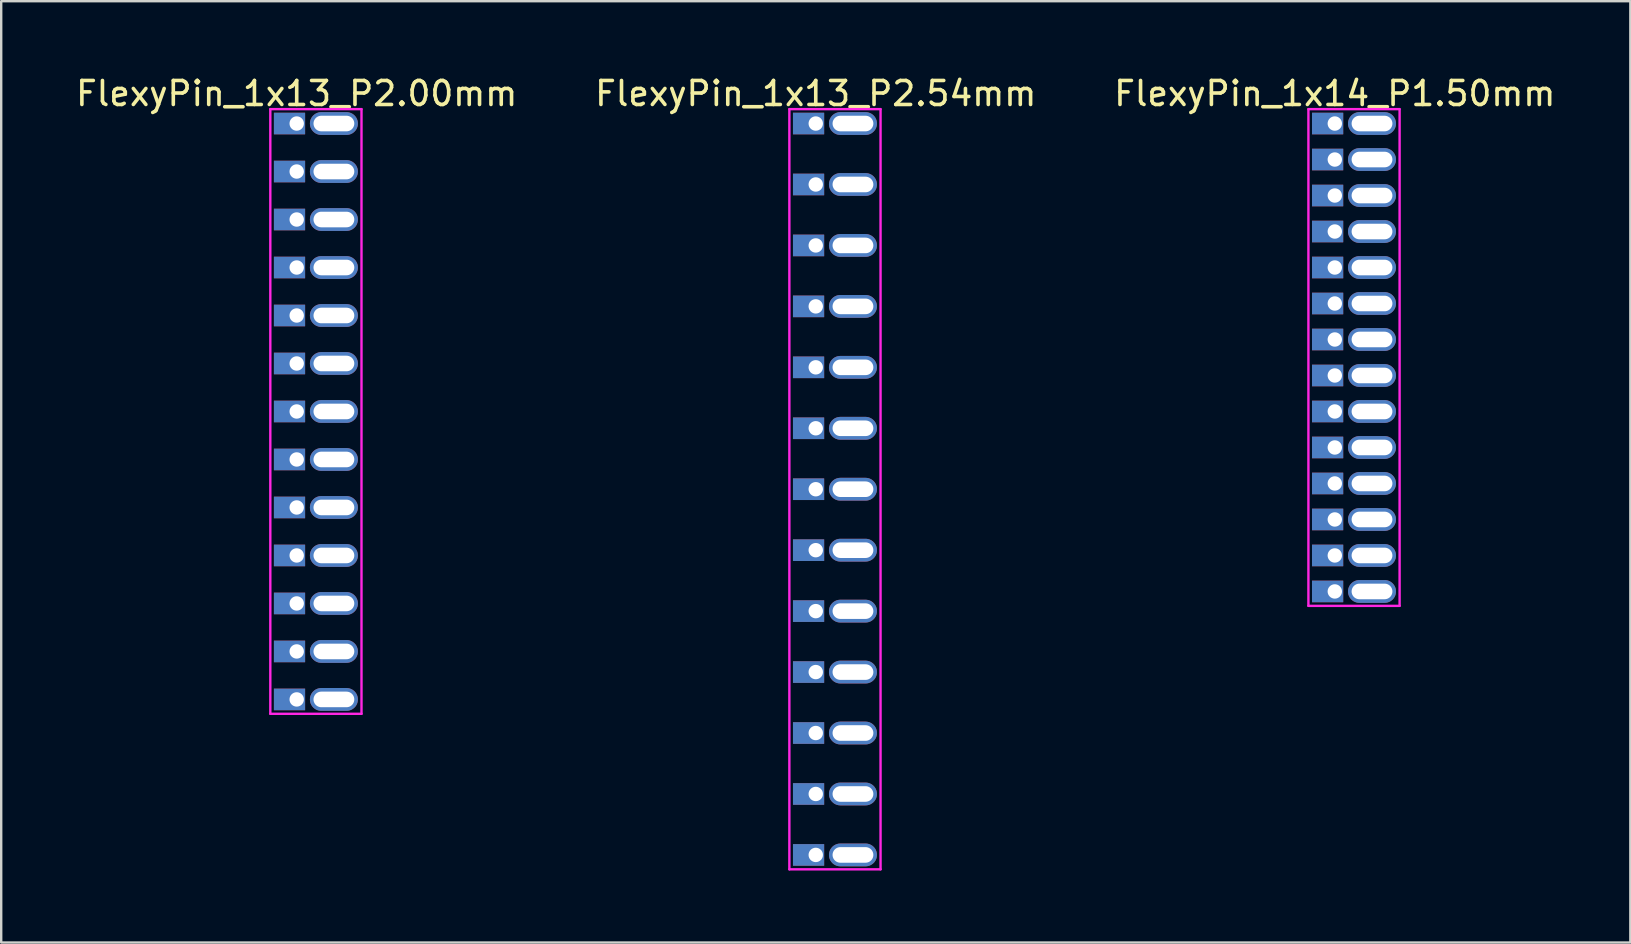
<source format=kicad_pcb>
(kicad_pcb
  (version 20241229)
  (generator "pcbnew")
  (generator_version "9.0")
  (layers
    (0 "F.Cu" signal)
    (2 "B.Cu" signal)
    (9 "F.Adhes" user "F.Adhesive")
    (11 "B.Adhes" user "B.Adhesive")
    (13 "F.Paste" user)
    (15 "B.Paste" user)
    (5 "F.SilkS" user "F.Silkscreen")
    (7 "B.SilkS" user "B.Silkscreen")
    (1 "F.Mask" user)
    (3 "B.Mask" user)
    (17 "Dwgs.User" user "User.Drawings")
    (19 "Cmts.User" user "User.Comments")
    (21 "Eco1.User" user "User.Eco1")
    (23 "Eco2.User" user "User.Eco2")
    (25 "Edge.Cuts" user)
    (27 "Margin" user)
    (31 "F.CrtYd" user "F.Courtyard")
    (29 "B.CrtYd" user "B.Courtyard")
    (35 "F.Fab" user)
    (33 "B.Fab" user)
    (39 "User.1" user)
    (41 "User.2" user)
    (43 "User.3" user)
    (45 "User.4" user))
  (footprint "FlexyPin_1x13_P2.54mm"
    (layer "F.Cu")
    (at 30.946 2.098)
    (property "Reference" "FlexyPin_1x13_P2.54mm" (at 0 -1.25 0) (layer "F.SilkS") (effects (font (size 1 1) (thickness 0.15))))
    (attr through_hole)
    (fp_line (start -1.1 -0.6) (end 2.7 -0.6) (stroke (width 0.1) (type solid)) (layer "F.CrtYd"))
    (fp_line (start -1.1 31.08) (end -1.1 -0.6) (stroke (width 0.1) (type solid)) (layer "F.CrtYd"))
    (fp_line (start 2.7 -0.6) (end 2.7 31.08) (stroke (width 0.1) (type solid)) (layer "F.CrtYd"))
    (fp_line (start 2.7 31.08) (end -1.1 31.08) (stroke (width 0.1) (type solid)) (layer "F.CrtYd"))
    (pad "" thru_hole oval (at 1.55 0) (size 2 0.95) (drill oval 1.7 0.65) (layers "*.Cu" "*.Mask"))
    (pad "" thru_hole oval (at 1.55 2.54) (size 2 0.95) (drill oval 1.7 0.65) (layers "*.Cu" "*.Mask"))
    (pad "" thru_hole oval (at 1.55 5.08) (size 2 0.95) (drill oval 1.7 0.65) (layers "*.Cu" "*.Mask"))
    (pad "" thru_hole oval (at 1.55 7.62) (size 2 0.95) (drill oval 1.7 0.65) (layers "*.Cu" "*.Mask"))
    (pad "" thru_hole oval (at 1.55 10.16) (size 2 0.95) (drill oval 1.7 0.65) (layers "*.Cu" "*.Mask"))
    (pad "" thru_hole oval (at 1.55 12.7) (size 2 0.95) (drill oval 1.7 0.65) (layers "*.Cu" "*.Mask"))
    (pad "" thru_hole oval (at 1.55 15.24) (size 2 0.95) (drill oval 1.7 0.65) (layers "*.Cu" "*.Mask"))
    (pad "" thru_hole oval (at 1.55 17.78) (size 2 0.95) (drill oval 1.7 0.65) (layers "*.Cu" "*.Mask"))
    (pad "" thru_hole oval (at 1.55 20.32) (size 2 0.95) (drill oval 1.7 0.65) (layers "*.Cu" "*.Mask"))
    (pad "" thru_hole oval (at 1.55 22.86) (size 2 0.95) (drill oval 1.7 0.65) (layers "*.Cu" "*.Mask"))
    (pad "" thru_hole oval (at 1.55 25.4) (size 2 0.95) (drill oval 1.7 0.65) (layers "*.Cu" "*.Mask"))
    (pad "" thru_hole oval (at 1.55 27.94) (size 2 0.95) (drill oval 1.7 0.65) (layers "*.Cu" "*.Mask"))
    (pad "" thru_hole oval (at 1.55 30.48) (size 2 0.95) (drill oval 1.7 0.65) (layers "*.Cu" "*.Mask"))
    (pad "1" thru_hole rect (at 0 0) (size 1.3 0.9) (drill 0.6 (offset -0.3 0)) (layers "*.Cu" "*.Mask"))
    (pad "2" thru_hole rect (at 0 2.54) (size 1.3 0.9) (drill 0.6 (offset -0.3 0)) (layers "*.Cu" "*.Mask"))
    (pad "3" thru_hole rect (at 0 5.08) (size 1.3 0.9) (drill 0.6 (offset -0.3 0)) (layers "*.Cu" "*.Mask"))
    (pad "4" thru_hole rect (at 0 7.62) (size 1.3 0.9) (drill 0.6 (offset -0.3 0)) (layers "*.Cu" "*.Mask"))
    (pad "5" thru_hole rect (at 0 10.16) (size 1.3 0.9) (drill 0.6 (offset -0.3 0)) (layers "*.Cu" "*.Mask"))
    (pad "6" thru_hole rect (at 0 12.7) (size 1.3 0.9) (drill 0.6 (offset -0.3 0)) (layers "*.Cu" "*.Mask"))
    (pad "7" thru_hole rect (at 0 15.24) (size 1.3 0.9) (drill 0.6 (offset -0.3 0)) (layers "*.Cu" "*.Mask"))
    (pad "8" thru_hole rect (at 0 17.78) (size 1.3 0.9) (drill 0.6 (offset -0.3 0)) (layers "*.Cu" "*.Mask"))
    (pad "9" thru_hole rect (at 0 20.32) (size 1.3 0.9) (drill 0.6 (offset -0.3 0)) (layers "*.Cu" "*.Mask"))
    (pad "10" thru_hole rect (at 0 22.86) (size 1.3 0.9) (drill 0.6 (offset -0.3 0)) (layers "*.Cu" "*.Mask"))
    (pad "11" thru_hole rect (at 0 25.4) (size 1.3 0.9) (drill 0.6 (offset -0.3 0)) (layers "*.Cu" "*.Mask"))
    (pad "12" thru_hole rect (at 0 27.94) (size 1.3 0.9) (drill 0.6 (offset -0.3 0)) (layers "*.Cu" "*.Mask"))
    (pad "13" thru_hole rect (at 0 30.48) (size 1.3 0.9) (drill 0.6 (offset -0.3 0)) (layers "*.Cu" "*.Mask")))
  (footprint "FlexyPin_1x13_P2.00mm"
    (layer "F.Cu")
    (at 9.315 2.098)
    (property "Reference" "FlexyPin_1x13_P2.00mm" (at 0 -1.25 0) (layer "F.SilkS") (effects (font (size 1 1) (thickness 0.15))))
    (attr through_hole)
    (fp_line (start -1.1 -0.6) (end 2.7 -0.6) (stroke (width 0.1) (type solid)) (layer "F.CrtYd"))
    (fp_line (start -1.1 24.6) (end -1.1 -0.6) (stroke (width 0.1) (type solid)) (layer "F.CrtYd"))
    (fp_line (start 2.7 -0.6) (end 2.7 24.6) (stroke (width 0.1) (type solid)) (layer "F.CrtYd"))
    (fp_line (start 2.7 24.6) (end -1.1 24.6) (stroke (width 0.1) (type solid)) (layer "F.CrtYd"))
    (pad "" thru_hole oval (at 1.55 0) (size 2 0.95) (drill oval 1.7 0.65) (layers "*.Cu" "*.Mask"))
    (pad "" thru_hole oval (at 1.55 2) (size 2 0.95) (drill oval 1.7 0.65) (layers "*.Cu" "*.Mask"))
    (pad "" thru_hole oval (at 1.55 4) (size 2 0.95) (drill oval 1.7 0.65) (layers "*.Cu" "*.Mask"))
    (pad "" thru_hole oval (at 1.55 6) (size 2 0.95) (drill oval 1.7 0.65) (layers "*.Cu" "*.Mask"))
    (pad "" thru_hole oval (at 1.55 8) (size 2 0.95) (drill oval 1.7 0.65) (layers "*.Cu" "*.Mask"))
    (pad "" thru_hole oval (at 1.55 10) (size 2 0.95) (drill oval 1.7 0.65) (layers "*.Cu" "*.Mask"))
    (pad "" thru_hole oval (at 1.55 12) (size 2 0.95) (drill oval 1.7 0.65) (layers "*.Cu" "*.Mask"))
    (pad "" thru_hole oval (at 1.55 14) (size 2 0.95) (drill oval 1.7 0.65) (layers "*.Cu" "*.Mask"))
    (pad "" thru_hole oval (at 1.55 16) (size 2 0.95) (drill oval 1.7 0.65) (layers "*.Cu" "*.Mask"))
    (pad "" thru_hole oval (at 1.55 18) (size 2 0.95) (drill oval 1.7 0.65) (layers "*.Cu" "*.Mask"))
    (pad "" thru_hole oval (at 1.55 20) (size 2 0.95) (drill oval 1.7 0.65) (layers "*.Cu" "*.Mask"))
    (pad "" thru_hole oval (at 1.55 22) (size 2 0.95) (drill oval 1.7 0.65) (layers "*.Cu" "*.Mask"))
    (pad "" thru_hole oval (at 1.55 24) (size 2 0.95) (drill oval 1.7 0.65) (layers "*.Cu" "*.Mask"))
    (pad "1" thru_hole rect (at 0 0) (size 1.3 0.9) (drill 0.6 (offset -0.3 0)) (layers "*.Cu" "*.Mask"))
    (pad "2" thru_hole rect (at 0 2) (size 1.3 0.9) (drill 0.6 (offset -0.3 0)) (layers "*.Cu" "*.Mask"))
    (pad "3" thru_hole rect (at 0 4) (size 1.3 0.9) (drill 0.6 (offset -0.3 0)) (layers "*.Cu" "*.Mask"))
    (pad "4" thru_hole rect (at 0 6) (size 1.3 0.9) (drill 0.6 (offset -0.3 0)) (layers "*.Cu" "*.Mask"))
    (pad "5" thru_hole rect (at 0 8) (size 1.3 0.9) (drill 0.6 (offset -0.3 0)) (layers "*.Cu" "*.Mask"))
    (pad "6" thru_hole rect (at 0 10) (size 1.3 0.9) (drill 0.6 (offset -0.3 0)) (layers "*.Cu" "*.Mask"))
    (pad "7" thru_hole rect (at 0 12) (size 1.3 0.9) (drill 0.6 (offset -0.3 0)) (layers "*.Cu" "*.Mask"))
    (pad "8" thru_hole rect (at 0 14) (size 1.3 0.9) (drill 0.6 (offset -0.3 0)) (layers "*.Cu" "*.Mask"))
    (pad "9" thru_hole rect (at 0 16) (size 1.3 0.9) (drill 0.6 (offset -0.3 0)) (layers "*.Cu" "*.Mask"))
    (pad "10" thru_hole rect (at 0 18) (size 1.3 0.9) (drill 0.6 (offset -0.3 0)) (layers "*.Cu" "*.Mask"))
    (pad "11" thru_hole rect (at 0 20) (size 1.3 0.9) (drill 0.6 (offset -0.3 0)) (layers "*.Cu" "*.Mask"))
    (pad "12" thru_hole rect (at 0 22) (size 1.3 0.9) (drill 0.6 (offset -0.3 0)) (layers "*.Cu" "*.Mask"))
    (pad "13" thru_hole rect (at 0 24) (size 1.3 0.9) (drill 0.6 (offset -0.3 0)) (layers "*.Cu" "*.Mask")))
  (footprint "FlexyPin_1x14_P1.50mm"
    (layer "F.Cu")
    (at 52.577 2.098)
    (property "Reference" "FlexyPin_1x14_P1.50mm" (at 0 -1.25 0) (layer "F.SilkS") (effects (font (size 1 1) (thickness 0.15))))
    (attr through_hole)
    (fp_line (start -1.1 -0.6) (end 2.7 -0.6) (stroke (width 0.1) (type solid)) (layer "F.CrtYd"))
    (fp_line (start -1.1 20.1) (end -1.1 -0.6) (stroke (width 0.1) (type solid)) (layer "F.CrtYd"))
    (fp_line (start 2.7 -0.6) (end 2.7 20.1) (stroke (width 0.1) (type solid)) (layer "F.CrtYd"))
    (fp_line (start 2.7 20.1) (end -1.1 20.1) (stroke (width 0.1) (type solid)) (layer "F.CrtYd"))
    (pad "" thru_hole oval (at 1.55 0) (size 2 0.95) (drill oval 1.7 0.65) (layers "*.Cu" "*.Mask"))
    (pad "" thru_hole oval (at 1.55 1.5) (size 2 0.95) (drill oval 1.7 0.65) (layers "*.Cu" "*.Mask"))
    (pad "" thru_hole oval (at 1.55 3) (size 2 0.95) (drill oval 1.7 0.65) (layers "*.Cu" "*.Mask"))
    (pad "" thru_hole oval (at 1.55 4.5) (size 2 0.95) (drill oval 1.7 0.65) (layers "*.Cu" "*.Mask"))
    (pad "" thru_hole oval (at 1.55 6) (size 2 0.95) (drill oval 1.7 0.65) (layers "*.Cu" "*.Mask"))
    (pad "" thru_hole oval (at 1.55 7.5) (size 2 0.95) (drill oval 1.7 0.65) (layers "*.Cu" "*.Mask"))
    (pad "" thru_hole oval (at 1.55 9) (size 2 0.95) (drill oval 1.7 0.65) (layers "*.Cu" "*.Mask"))
    (pad "" thru_hole oval (at 1.55 10.5) (size 2 0.95) (drill oval 1.7 0.65) (layers "*.Cu" "*.Mask"))
    (pad "" thru_hole oval (at 1.55 12) (size 2 0.95) (drill oval 1.7 0.65) (layers "*.Cu" "*.Mask"))
    (pad "" thru_hole oval (at 1.55 13.5) (size 2 0.95) (drill oval 1.7 0.65) (layers "*.Cu" "*.Mask"))
    (pad "" thru_hole oval (at 1.55 15) (size 2 0.95) (drill oval 1.7 0.65) (layers "*.Cu" "*.Mask"))
    (pad "" thru_hole oval (at 1.55 16.5) (size 2 0.95) (drill oval 1.7 0.65) (layers "*.Cu" "*.Mask"))
    (pad "" thru_hole oval (at 1.55 18) (size 2 0.95) (drill oval 1.7 0.65) (layers "*.Cu" "*.Mask"))
    (pad "" thru_hole oval (at 1.55 19.5) (size 2 0.95) (drill oval 1.7 0.65) (layers "*.Cu" "*.Mask"))
    (pad "1" thru_hole rect (at 0 0) (size 1.3 0.9) (drill 0.6 (offset -0.3 0)) (layers "*.Cu" "*.Mask"))
    (pad "2" thru_hole rect (at 0 1.5) (size 1.3 0.9) (drill 0.6 (offset -0.3 0)) (layers "*.Cu" "*.Mask"))
    (pad "3" thru_hole rect (at 0 3) (size 1.3 0.9) (drill 0.6 (offset -0.3 0)) (layers "*.Cu" "*.Mask"))
    (pad "4" thru_hole rect (at 0 4.5) (size 1.3 0.9) (drill 0.6 (offset -0.3 0)) (layers "*.Cu" "*.Mask"))
    (pad "5" thru_hole rect (at 0 6) (size 1.3 0.9) (drill 0.6 (offset -0.3 0)) (layers "*.Cu" "*.Mask"))
    (pad "6" thru_hole rect (at 0 7.5) (size 1.3 0.9) (drill 0.6 (offset -0.3 0)) (layers "*.Cu" "*.Mask"))
    (pad "7" thru_hole rect (at 0 9) (size 1.3 0.9) (drill 0.6 (offset -0.3 0)) (layers "*.Cu" "*.Mask"))
    (pad "8" thru_hole rect (at 0 10.5) (size 1.3 0.9) (drill 0.6 (offset -0.3 0)) (layers "*.Cu" "*.Mask"))
    (pad "9" thru_hole rect (at 0 12) (size 1.3 0.9) (drill 0.6 (offset -0.3 0)) (layers "*.Cu" "*.Mask"))
    (pad "10" thru_hole rect (at 0 13.5) (size 1.3 0.9) (drill 0.6 (offset -0.3 0)) (layers "*.Cu" "*.Mask"))
    (pad "11" thru_hole rect (at 0 15) (size 1.3 0.9) (drill 0.6 (offset -0.3 0)) (layers "*.Cu" "*.Mask"))
    (pad "12" thru_hole rect (at 0 16.5) (size 1.3 0.9) (drill 0.6 (offset -0.3 0)) (layers "*.Cu" "*.Mask"))
    (pad "13" thru_hole rect (at 0 18) (size 1.3 0.9) (drill 0.6 (offset -0.3 0)) (layers "*.Cu" "*.Mask"))
    (pad "14" thru_hole rect (at 0 19.5) (size 1.3 0.9) (drill 0.6 (offset -0.3 0)) (layers "*.Cu" "*.Mask")))
  (gr_rect
    (start -3 -3)
    (end 64.893 36.228)
    (stroke (width 0.1) (type default))
    (fill no)
    (layer "Edge.Cuts")))
</source>
